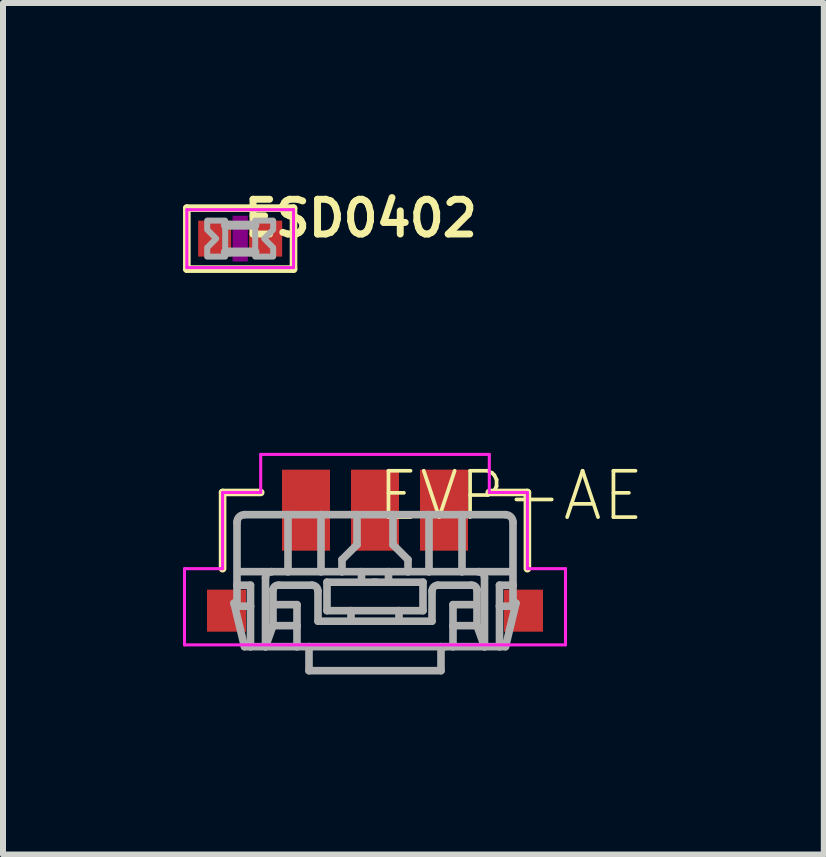
<source format=kicad_pcb>
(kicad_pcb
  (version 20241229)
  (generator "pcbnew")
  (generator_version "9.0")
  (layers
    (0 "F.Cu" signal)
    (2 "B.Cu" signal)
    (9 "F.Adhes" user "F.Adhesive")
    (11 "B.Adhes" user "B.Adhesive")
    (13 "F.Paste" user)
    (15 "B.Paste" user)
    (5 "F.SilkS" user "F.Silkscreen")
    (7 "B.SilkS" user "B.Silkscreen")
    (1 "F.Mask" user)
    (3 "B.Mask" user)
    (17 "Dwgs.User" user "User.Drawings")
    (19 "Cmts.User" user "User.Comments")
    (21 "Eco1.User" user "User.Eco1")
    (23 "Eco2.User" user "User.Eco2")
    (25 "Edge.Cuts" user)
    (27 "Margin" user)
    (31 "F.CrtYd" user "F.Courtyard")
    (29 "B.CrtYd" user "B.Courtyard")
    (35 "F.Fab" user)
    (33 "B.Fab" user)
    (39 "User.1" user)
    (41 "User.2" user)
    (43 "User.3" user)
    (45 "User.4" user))
  (footprint "ESD0402"
    (layer "F.Cu")
    (at 0.953 0.927)
    (property "Reference" "ESD0402" (at 0 0 0) (layer "F.SilkS") (effects (font (size 0.579 0.579) (thickness 0.116)) (justify left bottom)))
    (attr through_hole)
    (fp_line (start -0.889 -0.508) (end -0.889 0.508) (stroke (width 0.127) (type solid)) (layer "F.SilkS"))
    (fp_line (start -0.889 0.508) (end 0.889 0.508) (stroke (width 0.127) (type solid)) (layer "F.SilkS"))
    (fp_line (start 0.889 -0.508) (end -0.889 -0.508) (stroke (width 0.127) (type solid)) (layer "F.SilkS"))
    (fp_line (start 0.889 0.508) (end 0.889 -0.508) (stroke (width 0.127) (type solid)) (layer "F.SilkS"))
    (fp_poly (pts (xy -0.127 0.381) (xy 0.127 0.381) (xy 0.127 -0.381) (xy -0.127 -0.381)) (stroke (width 0) (type solid)) (fill yes) (layer "F.Adhes"))
    (fp_line (start -0.889 -0.483) (end 0.889 -0.483) (stroke (width 0.051) (type solid)) (layer "F.CrtYd"))
    (fp_line (start -0.889 0.483) (end -0.889 -0.483) (stroke (width 0.051) (type solid)) (layer "F.CrtYd"))
    (fp_line (start 0.889 -0.483) (end 0.889 0.483) (stroke (width 0.051) (type solid)) (layer "F.CrtYd"))
    (fp_line (start 0.889 0.483) (end -0.889 0.483) (stroke (width 0.051) (type solid)) (layer "F.CrtYd"))
    (fp_line (start -0.245 -0.224) (end 0.245 -0.224) (stroke (width 0.15) (type solid)) (layer "F.Fab"))
    (fp_line (start 0.245 0.224) (end -0.245 0.224) (stroke (width 0.152) (type solid)) (layer "F.Fab"))
    (fp_poly (pts (xy -0.55 0.3) (xy -0.25 0.3) (xy -0.25 -0.3) (xy -0.55 -0.3) (xy -0.55 -0.15) (xy -0.4 0) (xy -0.55 0.15)) (stroke (width 0.1) (type solid)) (fill no) (layer "F.Fab"))
    (fp_poly (pts (xy 0.55 -0.3) (xy 0.25 -0.3) (xy 0.25 0.3) (xy 0.55 0.3) (xy 0.55 0.15) (xy 0.4 0) (xy 0.55 -0.15)) (stroke (width 0.1) (type solid)) (fill no) (layer "F.Fab"))
    (pad "1" smd rect (at -0.425 0) (size 0.55 0.6) (layers "F.Cu" "F.Mask" "F.Paste"))
    (pad "2" smd rect (at 0.425 0) (size 0.55 0.6) (layers "F.Cu" "F.Mask" "F.Paste")))
  (footprint "EVP-AE"
    (layer "F.Cu")
    (at 3.2 6.428)
    (property "Reference" "EVP-AE" (at 0 -0.762 180) (layer "F.SilkS") (effects (font (size 0.772 0.772) (thickness 0.062)) (justify left bottom)))
    (attr through_hole)
    (fp_line (start -2.54 -1.27) (end -2.54 0) (stroke (width 0.127) (type solid)) (layer "F.SilkS"))
    (fp_line (start -1.905 -1.27) (end -2.54 -1.27) (stroke (width 0.127) (type solid)) (layer "F.SilkS"))
    (fp_line (start 1.905 -1.27) (end 2.54 -1.27) (stroke (width 0.127) (type solid)) (layer "F.SilkS"))
    (fp_line (start 2.54 -1.27) (end 2.54 0) (stroke (width 0.127) (type solid)) (layer "F.SilkS"))
    (fp_line (start -3.175 0) (end -2.54 0) (stroke (width 0.051) (type solid)) (layer "F.CrtYd"))
    (fp_line (start -3.175 1.27) (end -3.175 0) (stroke (width 0.051) (type solid)) (layer "F.CrtYd"))
    (fp_line (start -2.54 -1.27) (end -1.905 -1.27) (stroke (width 0.051) (type solid)) (layer "F.CrtYd"))
    (fp_line (start -2.54 0) (end -2.54 -1.27) (stroke (width 0.051) (type solid)) (layer "F.CrtYd"))
    (fp_line (start -1.905 -1.905) (end 1.905 -1.905) (stroke (width 0.051) (type solid)) (layer "F.CrtYd"))
    (fp_line (start -1.905 -1.27) (end -1.905 -1.905) (stroke (width 0.051) (type solid)) (layer "F.CrtYd"))
    (fp_line (start 1.905 -1.905) (end 1.905 -1.27) (stroke (width 0.051) (type solid)) (layer "F.CrtYd"))
    (fp_line (start 1.905 -1.27) (end 2.54 -1.27) (stroke (width 0.051) (type solid)) (layer "F.CrtYd"))
    (fp_line (start 2.54 -1.27) (end 2.54 0) (stroke (width 0.051) (type solid)) (layer "F.CrtYd"))
    (fp_line (start 2.54 0) (end 3.175 0) (stroke (width 0.051) (type solid)) (layer "F.CrtYd"))
    (fp_line (start 3.175 0) (end 3.175 1.27) (stroke (width 0.051) (type solid)) (layer "F.CrtYd"))
    (fp_line (start 3.175 1.27) (end -3.175 1.27) (stroke (width 0.051) (type solid)) (layer "F.CrtYd"))
    (fp_line (start -2.35 0.575) (end -2.3 0.575) (stroke (width 0.127) (type solid)) (layer "F.Fab"))
    (fp_line (start -2.3 0.275) (end -2.3 -0.775) (stroke (width 0.127) (type solid)) (layer "F.Fab"))
    (fp_line (start -2.3 0.275) (end -2.075 0.275) (stroke (width 0.127) (type solid)) (layer "F.Fab"))
    (fp_line (start -2.3 0.575) (end -2.3 0.275) (stroke (width 0.127) (type solid)) (layer "F.Fab"))
    (fp_line (start -2.3 0.625) (end -2.075 0.625) (stroke (width 0.127) (type solid)) (layer "F.Fab"))
    (fp_line (start -2.275 0.05) (end -1.725 0.05) (stroke (width 0.127) (type solid)) (layer "F.Fab"))
    (fp_line (start -2.175 -0.9) (end -1.45 -0.9) (stroke (width 0.127) (type solid)) (layer "F.Fab"))
    (fp_line (start -2.175 1.3) (end -2.35 0.575) (stroke (width 0.127) (type solid)) (layer "F.Fab"))
    (fp_line (start -2.075 0.275) (end -2.075 0.625) (stroke (width 0.127) (type solid)) (layer "F.Fab"))
    (fp_line (start -2.075 0.625) (end -2.075 1.3) (stroke (width 0.127) (type solid)) (layer "F.Fab"))
    (fp_line (start -2.075 1.3) (end -2.175 1.3) (stroke (width 0.127) (type solid)) (layer "F.Fab"))
    (fp_line (start -1.825 1.3) (end -2.075 1.3) (stroke (width 0.127) (type solid)) (layer "F.Fab"))
    (fp_line (start -1.825 1.3) (end -1.825 0.15) (stroke (width 0.127) (type solid)) (layer "F.Fab"))
    (fp_line (start -1.725 0.05) (end -1.45 0.05) (stroke (width 0.127) (type solid)) (layer "F.Fab"))
    (fp_line (start -1.7 0.35) (end -1.7 0.95) (stroke (width 0.127) (type solid)) (layer "F.Fab"))
    (fp_line (start -1.7 0.95) (end -1.825 1.3) (stroke (width 0.127) (type solid)) (layer "F.Fab"))
    (fp_line (start -1.7 0.95) (end -1.3 0.95) (stroke (width 0.127) (type solid)) (layer "F.Fab"))
    (fp_line (start -1.675 0.6) (end -1.3 0.6) (stroke (width 0.127) (type solid)) (layer "F.Fab"))
    (fp_line (start -1.45 -0.9) (end -1.45 0.05) (stroke (width 0.127) (type solid)) (layer "F.Fab"))
    (fp_line (start -1.45 -0.9) (end -0.9 -0.9) (stroke (width 0.127) (type solid)) (layer "F.Fab"))
    (fp_line (start -1.45 0.05) (end -0.9 0.05) (stroke (width 0.127) (type solid)) (layer "F.Fab"))
    (fp_line (start -1.3 0.6) (end -1.3 0.95) (stroke (width 0.127) (type solid)) (layer "F.Fab"))
    (fp_line (start -1.3 0.95) (end -1.3 1.3) (stroke (width 0.127) (type solid)) (layer "F.Fab"))
    (fp_line (start -1.3 1.3) (end -1.825 1.3) (stroke (width 0.127) (type solid)) (layer "F.Fab"))
    (fp_line (start -1.1 1.3) (end -1.3 1.3) (stroke (width 0.127) (type solid)) (layer "F.Fab"))
    (fp_line (start -1.1 1.3) (end -1.1 1.7) (stroke (width 0.127) (type solid)) (layer "F.Fab"))
    (fp_line (start -1.1 1.3) (end 1.1 1.3) (stroke (width 0.127) (type solid)) (layer "F.Fab"))
    (fp_line (start -1.05 0.275) (end -1.6 0.275) (stroke (width 0.127) (type solid)) (layer "F.Fab"))
    (fp_line (start -0.95 0.875) (end -0.95 0.375) (stroke (width 0.127) (type solid)) (layer "F.Fab"))
    (fp_line (start -0.95 0.875) (end 0.95 0.875) (stroke (width 0.127) (type solid)) (layer "F.Fab"))
    (fp_line (start -0.9 -0.9) (end -0.9 0.05) (stroke (width 0.127) (type solid)) (layer "F.Fab"))
    (fp_line (start -0.9 -0.9) (end -0.3 -0.9) (stroke (width 0.127) (type solid)) (layer "F.Fab"))
    (fp_line (start -0.9 0.05) (end -0.55 0.05) (stroke (width 0.127) (type solid)) (layer "F.Fab"))
    (fp_line (start -0.8 0.225) (end -0.8 0.7) (stroke (width 0.127) (type solid)) (layer "F.Fab"))
    (fp_line (start -0.8 0.7) (end -0.4 0.7) (stroke (width 0.127) (type solid)) (layer "F.Fab"))
    (fp_line (start -0.55 -0.15) (end -0.55 0.05) (stroke (width 0.127) (type solid)) (layer "F.Fab"))
    (fp_line (start -0.55 0.05) (end -0.225 0.05) (stroke (width 0.127) (type solid)) (layer "F.Fab"))
    (fp_line (start -0.4 0.7) (end -0.4 0.85) (stroke (width 0.127) (type solid)) (layer "F.Fab"))
    (fp_line (start -0.3 -0.9) (end -0.3 -0.4) (stroke (width 0.127) (type solid)) (layer "F.Fab"))
    (fp_line (start -0.3 -0.4) (end -0.55 -0.15) (stroke (width 0.127) (type solid)) (layer "F.Fab"))
    (fp_line (start -0.225 0.05) (end -0.225 0.225) (stroke (width 0.127) (type solid)) (layer "F.Fab"))
    (fp_line (start -0.225 0.225) (end -0.8 0.225) (stroke (width 0.127) (type solid)) (layer "F.Fab"))
    (fp_line (start -0.025 0.225) (end 0.225 0.225) (stroke (width 0.127) (type solid)) (layer "F.Fab"))
    (fp_line (start 0.025 0.225) (end -0.225 0.225) (stroke (width 0.127) (type solid)) (layer "F.Fab"))
    (fp_line (start 0.225 0.05) (end -0.225 0.05) (stroke (width 0.127) (type solid)) (layer "F.Fab"))
    (fp_line (start 0.225 0.05) (end 0.225 0.225) (stroke (width 0.127) (type solid)) (layer "F.Fab"))
    (fp_line (start 0.225 0.225) (end 0.8 0.225) (stroke (width 0.127) (type solid)) (layer "F.Fab"))
    (fp_line (start 0.3 -0.9) (end -0.3 -0.9) (stroke (width 0.127) (type solid)) (layer "F.Fab"))
    (fp_line (start 0.3 -0.9) (end 0.3 -0.4) (stroke (width 0.127) (type solid)) (layer "F.Fab"))
    (fp_line (start 0.3 -0.4) (end 0.55 -0.15) (stroke (width 0.127) (type solid)) (layer "F.Fab"))
    (fp_line (start 0.4 0.7) (end -0.4 0.7) (stroke (width 0.127) (type solid)) (layer "F.Fab"))
    (fp_line (start 0.4 0.7) (end 0.4 0.85) (stroke (width 0.127) (type solid)) (layer "F.Fab"))
    (fp_line (start 0.55 -0.15) (end 0.55 0.05) (stroke (width 0.127) (type solid)) (layer "F.Fab"))
    (fp_line (start 0.55 0.05) (end 0.225 0.05) (stroke (width 0.127) (type solid)) (layer "F.Fab"))
    (fp_line (start 0.8 0.225) (end 0.8 0.7) (stroke (width 0.127) (type solid)) (layer "F.Fab"))
    (fp_line (start 0.8 0.7) (end 0.4 0.7) (stroke (width 0.127) (type solid)) (layer "F.Fab"))
    (fp_line (start 0.9 -0.9) (end 0.3 -0.9) (stroke (width 0.127) (type solid)) (layer "F.Fab"))
    (fp_line (start 0.9 -0.9) (end 0.9 0.05) (stroke (width 0.127) (type solid)) (layer "F.Fab"))
    (fp_line (start 0.9 0.05) (end 0.55 0.05) (stroke (width 0.127) (type solid)) (layer "F.Fab"))
    (fp_line (start 0.95 0.875) (end 0.95 0.375) (stroke (width 0.127) (type solid)) (layer "F.Fab"))
    (fp_line (start 1.05 0.275) (end 1.6 0.275) (stroke (width 0.127) (type solid)) (layer "F.Fab"))
    (fp_line (start 1.1 1.3) (end 1.1 1.7) (stroke (width 0.127) (type solid)) (layer "F.Fab"))
    (fp_line (start 1.1 1.3) (end 1.175 1.3) (stroke (width 0.127) (type solid)) (layer "F.Fab"))
    (fp_line (start 1.1 1.7) (end -1.1 1.7) (stroke (width 0.127) (type solid)) (layer "F.Fab"))
    (fp_line (start 1.175 1.3) (end 1.3 1.3) (stroke (width 0.127) (type solid)) (layer "F.Fab"))
    (fp_line (start 1.3 0.6) (end 1.3 0.95) (stroke (width 0.127) (type solid)) (layer "F.Fab"))
    (fp_line (start 1.3 0.95) (end 1.3 1.3) (stroke (width 0.127) (type solid)) (layer "F.Fab"))
    (fp_line (start 1.3 1.3) (end 1.825 1.3) (stroke (width 0.127) (type solid)) (layer "F.Fab"))
    (fp_line (start 1.45 -0.9) (end 0.9 -0.9) (stroke (width 0.127) (type solid)) (layer "F.Fab"))
    (fp_line (start 1.45 -0.9) (end 1.45 0.05) (stroke (width 0.127) (type solid)) (layer "F.Fab"))
    (fp_line (start 1.45 0.05) (end 0.9 0.05) (stroke (width 0.127) (type solid)) (layer "F.Fab"))
    (fp_line (start 1.675 0.6) (end 1.3 0.6) (stroke (width 0.127) (type solid)) (layer "F.Fab"))
    (fp_line (start 1.7 0.35) (end 1.7 0.95) (stroke (width 0.127) (type solid)) (layer "F.Fab"))
    (fp_line (start 1.7 0.95) (end 1.3 0.95) (stroke (width 0.127) (type solid)) (layer "F.Fab"))
    (fp_line (start 1.7 0.95) (end 1.825 1.3) (stroke (width 0.127) (type solid)) (layer "F.Fab"))
    (fp_line (start 1.725 0.05) (end 1.45 0.05) (stroke (width 0.127) (type solid)) (layer "F.Fab"))
    (fp_line (start 1.825 1.3) (end 1.825 0.15) (stroke (width 0.127) (type solid)) (layer "F.Fab"))
    (fp_line (start 1.825 1.3) (end 2.075 1.3) (stroke (width 0.127) (type solid)) (layer "F.Fab"))
    (fp_line (start 2.075 0.275) (end 2.075 0.625) (stroke (width 0.127) (type solid)) (layer "F.Fab"))
    (fp_line (start 2.075 0.625) (end 2.075 1.3) (stroke (width 0.127) (type solid)) (layer "F.Fab"))
    (fp_line (start 2.075 1.3) (end 2.175 1.3) (stroke (width 0.127) (type solid)) (layer "F.Fab"))
    (fp_line (start 2.175 -0.9) (end 1.45 -0.9) (stroke (width 0.127) (type solid)) (layer "F.Fab"))
    (fp_line (start 2.175 1.3) (end 2.35 0.575) (stroke (width 0.127) (type solid)) (layer "F.Fab"))
    (fp_line (start 2.275 0.05) (end 1.725 0.05) (stroke (width 0.127) (type solid)) (layer "F.Fab"))
    (fp_line (start 2.3 0.275) (end 2.075 0.275) (stroke (width 0.127) (type solid)) (layer "F.Fab"))
    (fp_line (start 2.3 0.275) (end 2.3 -0.775) (stroke (width 0.127) (type solid)) (layer "F.Fab"))
    (fp_line (start 2.3 0.575) (end 2.3 0.275) (stroke (width 0.127) (type solid)) (layer "F.Fab"))
    (fp_line (start 2.3 0.625) (end 2.075 0.625) (stroke (width 0.127) (type solid)) (layer "F.Fab"))
    (fp_line (start 2.35 0.575) (end 2.3 0.575) (stroke (width 0.127) (type solid)) (layer "F.Fab"))
    (fp_arc (start -2.3 -0.775) (mid -2.263388 -0.863388) (end -2.175 -0.9) (stroke (width 0.127) (type solid)) (layer "F.Fab"))
    (fp_arc (start -1.825 0.15) (mid -1.795711 0.079289) (end -1.725 0.05) (stroke (width 0.127) (type solid)) (layer "F.Fab"))
    (fp_arc (start -1.7 0.35) (mid -1.665533 0.291789) (end -1.6 0.275) (stroke (width 0.127) (type solid)) (layer "F.Fab"))
    (fp_arc (start -1.05 0.275) (mid -0.979289 0.304289) (end -0.95 0.375) (stroke (width 0.127) (type solid)) (layer "F.Fab"))
    (fp_arc (start 0.95 0.375) (mid 0.979289 0.304289) (end 1.05 0.275) (stroke (width 0.127) (type solid)) (layer "F.Fab"))
    (fp_arc (start 1.6 0.275) (mid 1.665533 0.291789) (end 1.7 0.35) (stroke (width 0.127) (type solid)) (layer "F.Fab"))
    (fp_arc (start 1.725 0.05) (mid 1.795711 0.079289) (end 1.825 0.15) (stroke (width 0.127) (type solid)) (layer "F.Fab"))
    (fp_arc (start 2.175 -0.9) (mid 2.263388 -0.863388) (end 2.3 -0.775) (stroke (width 0.127) (type solid)) (layer "F.Fab"))
    (pad "1" smd rect (at -1.15 -0.975 90) (size 1.35 0.8) (layers "F.Cu" "F.Mask" "F.Paste"))
    (pad "1'" smd rect (at 1.15 -0.975 90) (size 1.35 0.8) (layers "F.Cu" "F.Mask" "F.Paste"))
    (pad "2" smd rect (at 0 -0.975 90) (size 1.35 0.8) (layers "F.Cu" "F.Mask" "F.Paste"))
    (pad "G$1" smd rect (at -2.475 0.7 90) (size 0.7 0.65) (layers "F.Cu" "F.Mask" "F.Paste"))
    (pad "G$2" smd rect (at 2.475 0.7 90) (size 0.7 0.65) (layers "F.Cu" "F.Mask" "F.Paste")))
  (gr_rect
    (start -3 -3)
    (end 10.68 11.192)
    (stroke (width 0.1) (type default))
    (fill no)
    (layer "Edge.Cuts")))
</source>
